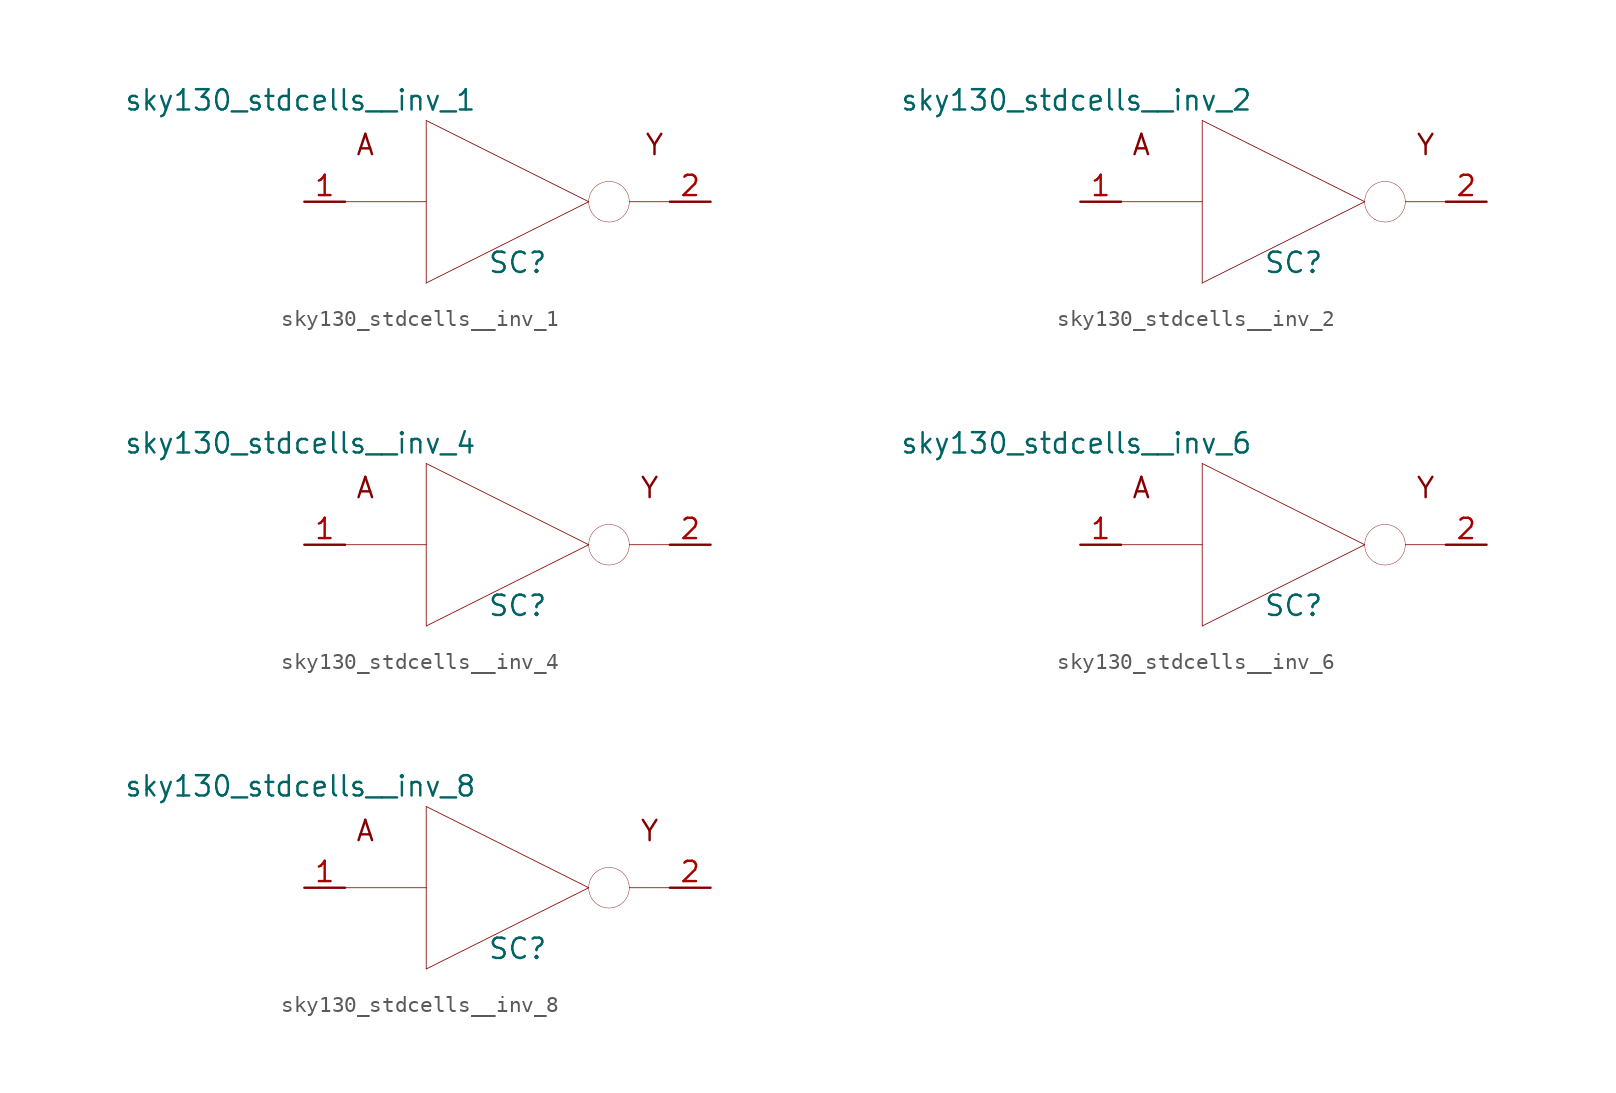
<source format=kicad_sym>
(kicad_symbol_lib
  (version 20211014)
  (generator kicad_symbol_editor)
  (symbol "sky130_stdcells__inv_1"
    (pin_names hide)
    (property "Reference" "SC"
      (at 0.635 -3.81 0)
      (effects (font (size 1.27 1.27))))
    (property "Value" "sky130_stdcells__inv_1"
      (at -1.905 6.35 0)
      (effects (font (size 1.27 1.27)) (justify right)))
    (symbol "sky130_stdcells__inv_1_0_0"
      (polyline (pts (xy -10.16 0) (xy -5.08 0)) (stroke (width 0.051) (type default) (color 0 0 0 0)) (fill (type none)))
      (polyline (pts (xy -5.08 -5.08) (xy 5.08 0)) (stroke (width 0.051) (type default) (color 0 0 0 0)) (fill (type none)))
      (polyline (pts (xy -5.08 5.08) (xy -5.08 -5.08)) (stroke (width 0.051) (type default) (color 0 0 0 0)) (fill (type none)))
      (polyline (pts (xy -5.08 5.08) (xy 5.08 0)) (stroke (width 0.051) (type default) (color 0 0 0 0)) (fill (type none)))
      (polyline (pts (xy 7.62 0) (xy 10.16 0)) (stroke (width 0.051) (type default) (color 0 0 0 0)) (fill (type none)))
      (arc (start 5.08 0) (mid 5.2502 -0.635) (end 5.715 -1.0999) (stroke (width 0.0254) (type default) (color 0 0 0 0)) (fill (type none)))
      (arc (start 5.715 -1.0999) (mid 6.35 -1.27) (end 6.985 -1.0999) (stroke (width 0.0254) (type default) (color 0 0 0 0)) (fill (type none)))
      (arc (start 5.715 1.0999) (mid 5.2501 0.635) (end 5.08 0) (stroke (width 0.0254) (type default) (color 0 0 0 0)) (fill (type none)))
      (arc (start 6.985 -1.0999) (mid 7.4499 -0.635) (end 7.62 0) (stroke (width 0.0254) (type default) (color 0 0 0 0)) (fill (type none)))
      (arc (start 6.985 1.0999) (mid 6.35 1.27) (end 5.715 1.0999) (stroke (width 0.0254) (type default) (color 0 0 0 0)) (fill (type none)))
      (arc (start 7.62 0) (mid 7.4498 0.635) (end 6.985 1.0999) (stroke (width 0.0254) (type default) (color 0 0 0 0)) (fill (type none)))
      (text "A" (at -8.89 3.556 0) (effects (font (size 1.27 1.27))))
      (text "Y" (at 9.195 3.556 0) (effects (font (size 1.27 1.27)))))
    (symbol "sky130_stdcells__inv_1_1_1"
      (pin input line (at -12.7 0 0) (length 2.54) (name "A" (effects (font (size 1.092 1.092)))) (number "1" (effects (font (size 1.27 1.27)))))
      (pin output line (at 12.7 0 180) (length 2.54) (name "Y" (effects (font (size 1.092 1.092)))) (number "2" (effects (font (size 1.27 1.27)))))))
  (symbol "sky130_stdcells__inv_2"
    (pin_names hide)
    (property "Reference" "SC"
      (at 0.635 -3.81 0)
      (effects (font (size 1.27 1.27))))
    (property "Value" "sky130_stdcells__inv_2"
      (at -1.905 6.35 0)
      (effects (font (size 1.27 1.27)) (justify right)))
    (symbol "sky130_stdcells__inv_2_0_0"
      (polyline (pts (xy -10.16 0) (xy -5.08 0)) (stroke (width 0.051) (type default) (color 0 0 0 0)) (fill (type none)))
      (polyline (pts (xy -5.08 -5.08) (xy 5.08 0)) (stroke (width 0.051) (type default) (color 0 0 0 0)) (fill (type none)))
      (polyline (pts (xy -5.08 5.08) (xy -5.08 -5.08)) (stroke (width 0.051) (type default) (color 0 0 0 0)) (fill (type none)))
      (polyline (pts (xy -5.08 5.08) (xy 5.08 0)) (stroke (width 0.051) (type default) (color 0 0 0 0)) (fill (type none)))
      (polyline (pts (xy 7.62 0) (xy 10.16 0)) (stroke (width 0.051) (type default) (color 0 0 0 0)) (fill (type none)))
      (arc (start 5.08 0) (mid 5.2502 -0.635) (end 5.715 -1.0999) (stroke (width 0.0254) (type default) (color 0 0 0 0)) (fill (type none)))
      (arc (start 5.715 -1.0999) (mid 6.35 -1.27) (end 6.985 -1.0999) (stroke (width 0.0254) (type default) (color 0 0 0 0)) (fill (type none)))
      (arc (start 5.715 1.0999) (mid 5.2501 0.635) (end 5.08 0) (stroke (width 0.0254) (type default) (color 0 0 0 0)) (fill (type none)))
      (arc (start 6.985 -1.0999) (mid 7.4499 -0.635) (end 7.62 0) (stroke (width 0.0254) (type default) (color 0 0 0 0)) (fill (type none)))
      (arc (start 6.985 1.0999) (mid 6.35 1.27) (end 5.715 1.0999) (stroke (width 0.0254) (type default) (color 0 0 0 0)) (fill (type none)))
      (arc (start 7.62 0) (mid 7.4498 0.635) (end 6.985 1.0999) (stroke (width 0.0254) (type default) (color 0 0 0 0)) (fill (type none)))
      (text "A" (at -8.89 3.556 0) (effects (font (size 1.27 1.27))))
      (text "Y" (at 8.89 3.556 0) (effects (font (size 1.27 1.27)))))
    (symbol "sky130_stdcells__inv_2_1_1"
      (pin input line (at -12.7 0 0) (length 2.54) (name "A" (effects (font (size 1.092 1.092)))) (number "1" (effects (font (size 1.27 1.27)))))
      (pin output line (at 12.7 0 180) (length 2.54) (name "Y" (effects (font (size 1.092 1.092)))) (number "2" (effects (font (size 1.27 1.27)))))))
  (symbol "sky130_stdcells__inv_4"
    (pin_names hide)
    (property "Reference" "SC"
      (at 0.635 -3.81 0)
      (effects (font (size 1.27 1.27))))
    (property "Value" "sky130_stdcells__inv_4"
      (at -1.905 6.35 0)
      (effects (font (size 1.27 1.27)) (justify right)))
    (symbol "sky130_stdcells__inv_4_0_0"
      (polyline (pts (xy -10.16 0) (xy -5.08 0)) (stroke (width 0.051) (type default) (color 0 0 0 0)) (fill (type none)))
      (polyline (pts (xy -5.08 -5.08) (xy 5.08 0)) (stroke (width 0.051) (type default) (color 0 0 0 0)) (fill (type none)))
      (polyline (pts (xy -5.08 5.08) (xy -5.08 -5.08)) (stroke (width 0.051) (type default) (color 0 0 0 0)) (fill (type none)))
      (polyline (pts (xy -5.08 5.08) (xy 5.08 0)) (stroke (width 0.051) (type default) (color 0 0 0 0)) (fill (type none)))
      (polyline (pts (xy 7.62 0) (xy 10.16 0)) (stroke (width 0.051) (type default) (color 0 0 0 0)) (fill (type none)))
      (arc (start 5.08 0) (mid 5.2502 -0.635) (end 5.715 -1.0999) (stroke (width 0.0254) (type default) (color 0 0 0 0)) (fill (type none)))
      (arc (start 5.715 -1.0999) (mid 6.35 -1.27) (end 6.985 -1.0999) (stroke (width 0.0254) (type default) (color 0 0 0 0)) (fill (type none)))
      (arc (start 5.715 1.0999) (mid 5.2501 0.635) (end 5.08 0) (stroke (width 0.0254) (type default) (color 0 0 0 0)) (fill (type none)))
      (arc (start 6.985 -1.0999) (mid 7.4499 -0.635) (end 7.62 0) (stroke (width 0.0254) (type default) (color 0 0 0 0)) (fill (type none)))
      (arc (start 6.985 1.0999) (mid 6.35 1.27) (end 5.715 1.0999) (stroke (width 0.0254) (type default) (color 0 0 0 0)) (fill (type none)))
      (arc (start 7.62 0) (mid 7.4498 0.635) (end 6.985 1.0999) (stroke (width 0.0254) (type default) (color 0 0 0 0)) (fill (type none)))
      (text "A" (at -8.89 3.556 0) (effects (font (size 1.27 1.27))))
      (text "Y" (at 8.89 3.556 0) (effects (font (size 1.27 1.27)))))
    (symbol "sky130_stdcells__inv_4_1_1"
      (pin input line (at -12.7 0 0) (length 2.54) (name "A" (effects (font (size 1.092 1.092)))) (number "1" (effects (font (size 1.27 1.27)))))
      (pin output line (at 12.7 0 180) (length 2.54) (name "Y" (effects (font (size 1.092 1.092)))) (number "2" (effects (font (size 1.27 1.27)))))))
  (symbol "sky130_stdcells__inv_6"
    (pin_names hide)
    (property "Reference" "SC"
      (at 0.635 -3.81 0)
      (effects (font (size 1.27 1.27))))
    (property "Value" "sky130_stdcells__inv_6"
      (at -1.905 6.35 0)
      (effects (font (size 1.27 1.27)) (justify right)))
    (symbol "sky130_stdcells__inv_6_0_0"
      (polyline (pts (xy -10.16 0) (xy -5.08 0)) (stroke (width 0.051) (type default) (color 0 0 0 0)) (fill (type none)))
      (polyline (pts (xy -5.08 -5.08) (xy 5.08 0)) (stroke (width 0.051) (type default) (color 0 0 0 0)) (fill (type none)))
      (polyline (pts (xy -5.08 5.08) (xy -5.08 -5.08)) (stroke (width 0.051) (type default) (color 0 0 0 0)) (fill (type none)))
      (polyline (pts (xy -5.08 5.08) (xy 5.08 0)) (stroke (width 0.051) (type default) (color 0 0 0 0)) (fill (type none)))
      (polyline (pts (xy 7.62 0) (xy 10.16 0)) (stroke (width 0.051) (type default) (color 0 0 0 0)) (fill (type none)))
      (arc (start 5.08 0) (mid 5.2502 -0.635) (end 5.715 -1.0999) (stroke (width 0.0254) (type default) (color 0 0 0 0)) (fill (type none)))
      (arc (start 5.715 -1.0999) (mid 6.35 -1.27) (end 6.985 -1.0999) (stroke (width 0.0254) (type default) (color 0 0 0 0)) (fill (type none)))
      (arc (start 5.715 1.0999) (mid 5.2501 0.635) (end 5.08 0) (stroke (width 0.0254) (type default) (color 0 0 0 0)) (fill (type none)))
      (arc (start 6.985 -1.0999) (mid 7.4499 -0.635) (end 7.62 0) (stroke (width 0.0254) (type default) (color 0 0 0 0)) (fill (type none)))
      (arc (start 6.985 1.0999) (mid 6.35 1.27) (end 5.715 1.0999) (stroke (width 0.0254) (type default) (color 0 0 0 0)) (fill (type none)))
      (arc (start 7.62 0) (mid 7.4498 0.635) (end 6.985 1.0999) (stroke (width 0.0254) (type default) (color 0 0 0 0)) (fill (type none)))
      (text "A" (at -8.89 3.556 0) (effects (font (size 1.27 1.27))))
      (text "Y" (at 8.89 3.556 0) (effects (font (size 1.27 1.27)))))
    (symbol "sky130_stdcells__inv_6_1_1"
      (pin input line (at -12.7 0 0) (length 2.54) (name "A" (effects (font (size 1.092 1.092)))) (number "1" (effects (font (size 1.27 1.27)))))
      (pin output line (at 12.7 0 180) (length 2.54) (name "Y" (effects (font (size 1.092 1.092)))) (number "2" (effects (font (size 1.27 1.27)))))))
  (symbol "sky130_stdcells__inv_8"
    (pin_names hide)
    (property "Reference" "SC"
      (at 0.635 -3.81 0)
      (effects (font (size 1.27 1.27))))
    (property "Value" "sky130_stdcells__inv_8"
      (at -1.905 6.35 0)
      (effects (font (size 1.27 1.27)) (justify right)))
    (symbol "sky130_stdcells__inv_8_0_0"
      (polyline (pts (xy -10.16 0) (xy -5.08 0)) (stroke (width 0.051) (type default) (color 0 0 0 0)) (fill (type none)))
      (polyline (pts (xy -5.08 -5.08) (xy 5.08 0)) (stroke (width 0.051) (type default) (color 0 0 0 0)) (fill (type none)))
      (polyline (pts (xy -5.08 5.08) (xy -5.08 -5.08)) (stroke (width 0.051) (type default) (color 0 0 0 0)) (fill (type none)))
      (polyline (pts (xy -5.08 5.08) (xy 5.08 0)) (stroke (width 0.051) (type default) (color 0 0 0 0)) (fill (type none)))
      (polyline (pts (xy 7.62 0) (xy 10.16 0)) (stroke (width 0.051) (type default) (color 0 0 0 0)) (fill (type none)))
      (arc (start 5.08 0) (mid 5.2502 -0.635) (end 5.715 -1.0999) (stroke (width 0.0254) (type default) (color 0 0 0 0)) (fill (type none)))
      (arc (start 5.715 -1.0999) (mid 6.35 -1.27) (end 6.985 -1.0999) (stroke (width 0.0254) (type default) (color 0 0 0 0)) (fill (type none)))
      (arc (start 5.715 1.0999) (mid 5.2501 0.635) (end 5.08 0) (stroke (width 0.0254) (type default) (color 0 0 0 0)) (fill (type none)))
      (arc (start 6.985 -1.0999) (mid 7.4499 -0.635) (end 7.62 0) (stroke (width 0.0254) (type default) (color 0 0 0 0)) (fill (type none)))
      (arc (start 6.985 1.0999) (mid 6.35 1.27) (end 5.715 1.0999) (stroke (width 0.0254) (type default) (color 0 0 0 0)) (fill (type none)))
      (arc (start 7.62 0) (mid 7.4498 0.635) (end 6.985 1.0999) (stroke (width 0.0254) (type default) (color 0 0 0 0)) (fill (type none)))
      (text "A" (at -8.89 3.556 0) (effects (font (size 1.27 1.27))))
      (text "Y" (at 8.89 3.556 0) (effects (font (size 1.27 1.27)))))
    (symbol "sky130_stdcells__inv_8_1_1"
      (pin input line (at -12.7 0 0) (length 2.54) (name "A" (effects (font (size 1.092 1.092)))) (number "1" (effects (font (size 1.27 1.27)))))
      (pin output line (at 12.7 0 180) (length 2.54) (name "Y" (effects (font (size 1.092 1.092)))) (number "2" (effects (font (size 1.27 1.27))))))))
</source>
